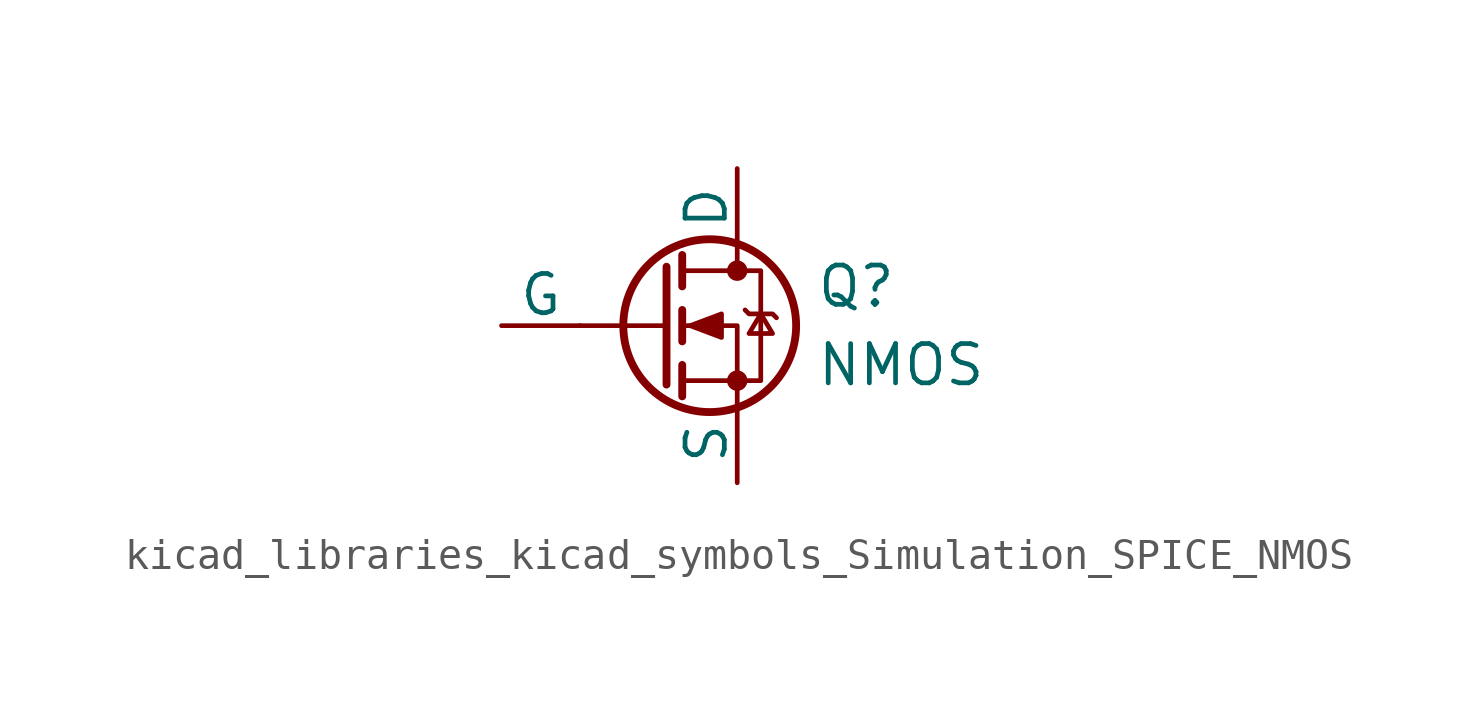
<source format=kicad_sym>
(kicad_symbol_lib
  (version 20220914)
  (generator kicad_symbol_editor)
  (symbol "kicad_libraries_kicad_symbols_Simulation_SPICE_NMOS"
    (pin_numbers hide)
    (pin_names
      (offset 0))
    (property "Reference" "Q"
      (at 5.08 1.27 0)
      (effects (font (size 1.27 1.27)) (justify left)))
    (property "Value" "NMOS"
      (at 5.08 -1.27 0)
      (effects (font (size 1.27 1.27)) (justify left)))
    (symbol "kicad_libraries_kicad_symbols_Simulation_SPICE_NMOS_0_1"
      (polyline (pts (xy 0.254 0) (xy -2.54 0)) (stroke (width 0) (type default)) (fill (type none)))
      (polyline (pts (xy 0.254 1.905) (xy 0.254 -1.905)) (stroke (width 0.254) (type default)) (fill (type none)))
      (polyline (pts (xy 0.762 -1.27) (xy 0.762 -2.286)) (stroke (width 0.254) (type default)) (fill (type none)))
      (polyline (pts (xy 0.762 0.508) (xy 0.762 -0.508)) (stroke (width 0.254) (type default)) (fill (type none)))
      (polyline (pts (xy 0.762 2.286) (xy 0.762 1.27)) (stroke (width 0.254) (type default)) (fill (type none)))
      (polyline (pts (xy 2.54 2.54) (xy 2.54 1.778)) (stroke (width 0) (type default)) (fill (type none)))
      (polyline (pts (xy 2.54 -2.54) (xy 2.54 0) (xy 0.762 0)) (stroke (width 0) (type default)) (fill (type none)))
      (polyline (pts (xy 0.762 -1.778) (xy 3.302 -1.778) (xy 3.302 1.778) (xy 0.762 1.778)) (stroke (width 0) (type default)) (fill (type none)))
      (polyline (pts (xy 1.016 0) (xy 2.032 0.381) (xy 2.032 -0.381) (xy 1.016 0)) (stroke (width 0) (type default)) (fill (type outline)))
      (polyline (pts (xy 2.794 0.508) (xy 2.921 0.381) (xy 3.683 0.381) (xy 3.81 0.254)) (stroke (width 0) (type default)) (fill (type none)))
      (polyline (pts (xy 3.302 0.381) (xy 2.921 -0.254) (xy 3.683 -0.254) (xy 3.302 0.381)) (stroke (width 0) (type default)) (fill (type none)))
      (circle (center 1.651 0) (radius 2.794) (stroke (width 0.254) (type default)) (fill (type none)))
      (circle (center 2.54 -1.778) (radius 0.254) (stroke (width 0) (type default)) (fill (type outline)))
      (circle (center 2.54 1.778) (radius 0.254) (stroke (width 0) (type default)) (fill (type outline))))
    (symbol "kicad_libraries_kicad_symbols_Simulation_SPICE_NMOS_1_1"
      (pin passive line (at 2.54 5.08 270) (length 2.54) (name "D" (effects (font (size 1.27 1.27)))) (number "1" (effects (font (size 1.27 1.27)))))
      (pin input line (at -5.08 0 0) (length 2.54) (name "G" (effects (font (size 1.27 1.27)))) (number "2" (effects (font (size 1.27 1.27)))))
      (pin passive line (at 2.54 -5.08 90) (length 2.54) (name "S" (effects (font (size 1.27 1.27)))) (number "3" (effects (font (size 1.27 1.27))))))))
</source>
